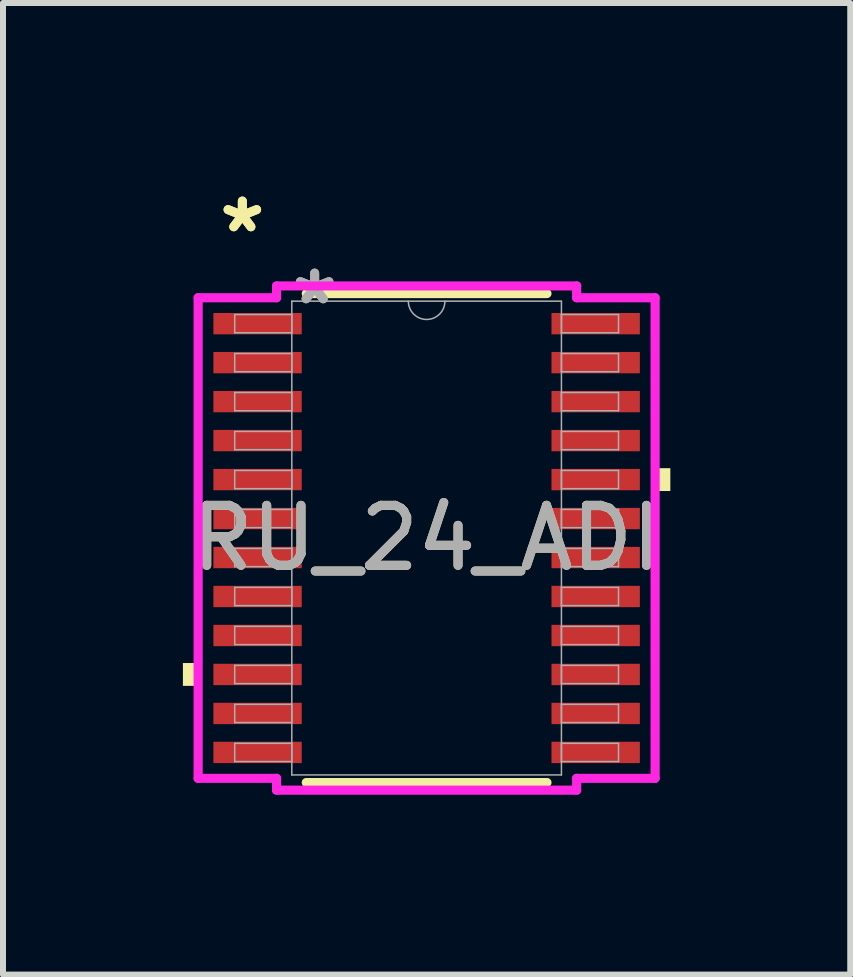
<source format=kicad_pcb>
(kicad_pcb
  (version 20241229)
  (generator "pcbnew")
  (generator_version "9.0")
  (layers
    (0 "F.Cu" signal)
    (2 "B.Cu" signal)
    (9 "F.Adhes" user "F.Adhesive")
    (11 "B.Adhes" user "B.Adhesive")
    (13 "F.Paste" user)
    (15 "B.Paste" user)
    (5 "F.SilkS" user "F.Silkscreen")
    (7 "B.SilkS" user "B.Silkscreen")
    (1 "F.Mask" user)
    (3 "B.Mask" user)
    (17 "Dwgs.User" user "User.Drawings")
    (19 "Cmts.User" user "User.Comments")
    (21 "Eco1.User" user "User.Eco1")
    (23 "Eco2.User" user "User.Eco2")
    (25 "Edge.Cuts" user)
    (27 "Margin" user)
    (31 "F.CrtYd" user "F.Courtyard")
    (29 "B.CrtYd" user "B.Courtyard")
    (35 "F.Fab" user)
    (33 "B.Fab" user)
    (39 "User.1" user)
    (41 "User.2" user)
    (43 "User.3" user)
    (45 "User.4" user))
  (footprint "RU_24_ADI"
    (layer "F.Cu")
    (at 4.064 5.922)
    (property "Reference" "RU_24_ADI" (at 0 0 0) (unlocked yes) (layer "F.SilkS") (effects (font (size 1 1) (thickness 0.15))))
    (attr smd)
    (fp_line (start -2.007 4.077) (end 2.007 4.077) (stroke (width 0.152) (type solid)) (layer "F.SilkS"))
    (fp_line (start 2.007 -4.077) (end -2.007 -4.077) (stroke (width 0.152) (type solid)) (layer "F.SilkS"))
    (fp_poly (pts (xy -4.064 2.084) (xy -4.064 2.465) (xy -3.81 2.465) (xy -3.81 2.084)) (stroke (width 0) (type solid)) (fill yes) (layer "F.SilkS"))
    (fp_poly (pts (xy 4.064 -1.165) (xy 4.064 -0.784) (xy 3.81 -0.784) (xy 3.81 -1.165)) (stroke (width 0) (type solid)) (fill yes) (layer "F.SilkS"))
    (fp_line (start -3.81 -4.007) (end -2.502 -4.007) (stroke (width 0.152) (type solid)) (layer "F.CrtYd"))
    (fp_line (start -3.81 4.007) (end -3.81 -4.007) (stroke (width 0.152) (type solid)) (layer "F.CrtYd"))
    (fp_line (start -3.81 4.007) (end -2.502 4.007) (stroke (width 0.152) (type solid)) (layer "F.CrtYd"))
    (fp_line (start -2.502 -4.204) (end 2.502 -4.204) (stroke (width 0.152) (type solid)) (layer "F.CrtYd"))
    (fp_line (start -2.502 -4.007) (end -2.502 -4.204) (stroke (width 0.152) (type solid)) (layer "F.CrtYd"))
    (fp_line (start -2.502 4.204) (end -2.502 4.007) (stroke (width 0.152) (type solid)) (layer "F.CrtYd"))
    (fp_line (start 2.502 -4.204) (end 2.502 -4.007) (stroke (width 0.152) (type solid)) (layer "F.CrtYd"))
    (fp_line (start 2.502 4.007) (end 2.502 4.204) (stroke (width 0.152) (type solid)) (layer "F.CrtYd"))
    (fp_line (start 2.502 4.204) (end -2.502 4.204) (stroke (width 0.152) (type solid)) (layer "F.CrtYd"))
    (fp_line (start 3.81 -4.007) (end 2.502 -4.007) (stroke (width 0.152) (type solid)) (layer "F.CrtYd"))
    (fp_line (start 3.81 -4.007) (end 3.81 4.007) (stroke (width 0.152) (type solid)) (layer "F.CrtYd"))
    (fp_line (start 3.81 4.007) (end 2.502 4.007) (stroke (width 0.152) (type solid)) (layer "F.CrtYd"))
    (fp_line (start -3.2 -3.727) (end -3.2 -3.423) (stroke (width 0.025) (type solid)) (layer "F.Fab"))
    (fp_line (start -3.2 -3.423) (end -2.248 -3.423) (stroke (width 0.025) (type solid)) (layer "F.Fab"))
    (fp_line (start -3.2 -3.077) (end -3.2 -2.773) (stroke (width 0.025) (type solid)) (layer "F.Fab"))
    (fp_line (start -3.2 -2.773) (end -2.248 -2.773) (stroke (width 0.025) (type solid)) (layer "F.Fab"))
    (fp_line (start -3.2 -2.427) (end -3.2 -2.123) (stroke (width 0.025) (type solid)) (layer "F.Fab"))
    (fp_line (start -3.2 -2.123) (end -2.248 -2.123) (stroke (width 0.025) (type solid)) (layer "F.Fab"))
    (fp_line (start -3.2 -1.777) (end -3.2 -1.473) (stroke (width 0.025) (type solid)) (layer "F.Fab"))
    (fp_line (start -3.2 -1.473) (end -2.248 -1.473) (stroke (width 0.025) (type solid)) (layer "F.Fab"))
    (fp_line (start -3.2 -1.127) (end -3.2 -0.823) (stroke (width 0.025) (type solid)) (layer "F.Fab"))
    (fp_line (start -3.2 -0.823) (end -2.248 -0.823) (stroke (width 0.025) (type solid)) (layer "F.Fab"))
    (fp_line (start -3.2 -0.477) (end -3.2 -0.173) (stroke (width 0.025) (type solid)) (layer "F.Fab"))
    (fp_line (start -3.2 -0.173) (end -2.248 -0.173) (stroke (width 0.025) (type solid)) (layer "F.Fab"))
    (fp_line (start -3.2 0.173) (end -3.2 0.477) (stroke (width 0.025) (type solid)) (layer "F.Fab"))
    (fp_line (start -3.2 0.477) (end -2.248 0.477) (stroke (width 0.025) (type solid)) (layer "F.Fab"))
    (fp_line (start -3.2 0.823) (end -3.2 1.127) (stroke (width 0.025) (type solid)) (layer "F.Fab"))
    (fp_line (start -3.2 1.127) (end -2.248 1.127) (stroke (width 0.025) (type solid)) (layer "F.Fab"))
    (fp_line (start -3.2 1.473) (end -3.2 1.777) (stroke (width 0.025) (type solid)) (layer "F.Fab"))
    (fp_line (start -3.2 1.777) (end -2.248 1.777) (stroke (width 0.025) (type solid)) (layer "F.Fab"))
    (fp_line (start -3.2 2.123) (end -3.2 2.427) (stroke (width 0.025) (type solid)) (layer "F.Fab"))
    (fp_line (start -3.2 2.427) (end -2.248 2.427) (stroke (width 0.025) (type solid)) (layer "F.Fab"))
    (fp_line (start -3.2 2.773) (end -3.2 3.077) (stroke (width 0.025) (type solid)) (layer "F.Fab"))
    (fp_line (start -3.2 3.077) (end -2.248 3.077) (stroke (width 0.025) (type solid)) (layer "F.Fab"))
    (fp_line (start -3.2 3.423) (end -3.2 3.727) (stroke (width 0.025) (type solid)) (layer "F.Fab"))
    (fp_line (start -3.2 3.727) (end -2.248 3.727) (stroke (width 0.025) (type solid)) (layer "F.Fab"))
    (fp_line (start -2.248 -3.95) (end -2.248 3.95) (stroke (width 0.025) (type solid)) (layer "F.Fab"))
    (fp_line (start -2.248 -3.727) (end -3.2 -3.727) (stroke (width 0.025) (type solid)) (layer "F.Fab"))
    (fp_line (start -2.248 -3.423) (end -2.248 -3.727) (stroke (width 0.025) (type solid)) (layer "F.Fab"))
    (fp_line (start -2.248 -3.077) (end -3.2 -3.077) (stroke (width 0.025) (type solid)) (layer "F.Fab"))
    (fp_line (start -2.248 -2.773) (end -2.248 -3.077) (stroke (width 0.025) (type solid)) (layer "F.Fab"))
    (fp_line (start -2.248 -2.427) (end -3.2 -2.427) (stroke (width 0.025) (type solid)) (layer "F.Fab"))
    (fp_line (start -2.248 -2.123) (end -2.248 -2.427) (stroke (width 0.025) (type solid)) (layer "F.Fab"))
    (fp_line (start -2.248 -1.777) (end -3.2 -1.777) (stroke (width 0.025) (type solid)) (layer "F.Fab"))
    (fp_line (start -2.248 -1.473) (end -2.248 -1.777) (stroke (width 0.025) (type solid)) (layer "F.Fab"))
    (fp_line (start -2.248 -1.127) (end -3.2 -1.127) (stroke (width 0.025) (type solid)) (layer "F.Fab"))
    (fp_line (start -2.248 -0.823) (end -2.248 -1.127) (stroke (width 0.025) (type solid)) (layer "F.Fab"))
    (fp_line (start -2.248 -0.477) (end -3.2 -0.477) (stroke (width 0.025) (type solid)) (layer "F.Fab"))
    (fp_line (start -2.248 -0.173) (end -2.248 -0.477) (stroke (width 0.025) (type solid)) (layer "F.Fab"))
    (fp_line (start -2.248 0.173) (end -3.2 0.173) (stroke (width 0.025) (type solid)) (layer "F.Fab"))
    (fp_line (start -2.248 0.477) (end -2.248 0.173) (stroke (width 0.025) (type solid)) (layer "F.Fab"))
    (fp_line (start -2.248 0.823) (end -3.2 0.823) (stroke (width 0.025) (type solid)) (layer "F.Fab"))
    (fp_line (start -2.248 1.127) (end -2.248 0.823) (stroke (width 0.025) (type solid)) (layer "F.Fab"))
    (fp_line (start -2.248 1.473) (end -3.2 1.473) (stroke (width 0.025) (type solid)) (layer "F.Fab"))
    (fp_line (start -2.248 1.777) (end -2.248 1.473) (stroke (width 0.025) (type solid)) (layer "F.Fab"))
    (fp_line (start -2.248 2.123) (end -3.2 2.123) (stroke (width 0.025) (type solid)) (layer "F.Fab"))
    (fp_line (start -2.248 2.427) (end -2.248 2.123) (stroke (width 0.025) (type solid)) (layer "F.Fab"))
    (fp_line (start -2.248 2.773) (end -3.2 2.773) (stroke (width 0.025) (type solid)) (layer "F.Fab"))
    (fp_line (start -2.248 3.077) (end -2.248 2.773) (stroke (width 0.025) (type solid)) (layer "F.Fab"))
    (fp_line (start -2.248 3.423) (end -3.2 3.423) (stroke (width 0.025) (type solid)) (layer "F.Fab"))
    (fp_line (start -2.248 3.727) (end -2.248 3.423) (stroke (width 0.025) (type solid)) (layer "F.Fab"))
    (fp_line (start -2.248 3.95) (end 2.248 3.95) (stroke (width 0.025) (type solid)) (layer "F.Fab"))
    (fp_line (start 2.248 -3.95) (end -2.248 -3.95) (stroke (width 0.025) (type solid)) (layer "F.Fab"))
    (fp_line (start 2.248 -3.727) (end 2.248 -3.423) (stroke (width 0.025) (type solid)) (layer "F.Fab"))
    (fp_line (start 2.248 -3.423) (end 3.2 -3.423) (stroke (width 0.025) (type solid)) (layer "F.Fab"))
    (fp_line (start 2.248 -3.077) (end 2.248 -2.773) (stroke (width 0.025) (type solid)) (layer "F.Fab"))
    (fp_line (start 2.248 -2.773) (end 3.2 -2.773) (stroke (width 0.025) (type solid)) (layer "F.Fab"))
    (fp_line (start 2.248 -2.427) (end 2.248 -2.123) (stroke (width 0.025) (type solid)) (layer "F.Fab"))
    (fp_line (start 2.248 -2.123) (end 3.2 -2.123) (stroke (width 0.025) (type solid)) (layer "F.Fab"))
    (fp_line (start 2.248 -1.777) (end 2.248 -1.473) (stroke (width 0.025) (type solid)) (layer "F.Fab"))
    (fp_line (start 2.248 -1.473) (end 3.2 -1.473) (stroke (width 0.025) (type solid)) (layer "F.Fab"))
    (fp_line (start 2.248 -1.127) (end 2.248 -0.823) (stroke (width 0.025) (type solid)) (layer "F.Fab"))
    (fp_line (start 2.248 -0.823) (end 3.2 -0.823) (stroke (width 0.025) (type solid)) (layer "F.Fab"))
    (fp_line (start 2.248 -0.477) (end 2.248 -0.173) (stroke (width 0.025) (type solid)) (layer "F.Fab"))
    (fp_line (start 2.248 -0.173) (end 3.2 -0.173) (stroke (width 0.025) (type solid)) (layer "F.Fab"))
    (fp_line (start 2.248 0.173) (end 2.248 0.477) (stroke (width 0.025) (type solid)) (layer "F.Fab"))
    (fp_line (start 2.248 0.477) (end 3.2 0.477) (stroke (width 0.025) (type solid)) (layer "F.Fab"))
    (fp_line (start 2.248 0.823) (end 2.248 1.127) (stroke (width 0.025) (type solid)) (layer "F.Fab"))
    (fp_line (start 2.248 1.127) (end 3.2 1.127) (stroke (width 0.025) (type solid)) (layer "F.Fab"))
    (fp_line (start 2.248 1.473) (end 2.248 1.777) (stroke (width 0.025) (type solid)) (layer "F.Fab"))
    (fp_line (start 2.248 1.777) (end 3.2 1.777) (stroke (width 0.025) (type solid)) (layer "F.Fab"))
    (fp_line (start 2.248 2.123) (end 2.248 2.427) (stroke (width 0.025) (type solid)) (layer "F.Fab"))
    (fp_line (start 2.248 2.427) (end 3.2 2.427) (stroke (width 0.025) (type solid)) (layer "F.Fab"))
    (fp_line (start 2.248 2.773) (end 2.248 3.077) (stroke (width 0.025) (type solid)) (layer "F.Fab"))
    (fp_line (start 2.248 3.077) (end 3.2 3.077) (stroke (width 0.025) (type solid)) (layer "F.Fab"))
    (fp_line (start 2.248 3.423) (end 2.248 3.727) (stroke (width 0.025) (type solid)) (layer "F.Fab"))
    (fp_line (start 2.248 3.727) (end 3.2 3.727) (stroke (width 0.025) (type solid)) (layer "F.Fab"))
    (fp_line (start 2.248 3.95) (end 2.248 -3.95) (stroke (width 0.025) (type solid)) (layer "F.Fab"))
    (fp_line (start 3.2 -3.727) (end 2.248 -3.727) (stroke (width 0.025) (type solid)) (layer "F.Fab"))
    (fp_line (start 3.2 -3.423) (end 3.2 -3.727) (stroke (width 0.025) (type solid)) (layer "F.Fab"))
    (fp_line (start 3.2 -3.077) (end 2.248 -3.077) (stroke (width 0.025) (type solid)) (layer "F.Fab"))
    (fp_line (start 3.2 -2.773) (end 3.2 -3.077) (stroke (width 0.025) (type solid)) (layer "F.Fab"))
    (fp_line (start 3.2 -2.427) (end 2.248 -2.427) (stroke (width 0.025) (type solid)) (layer "F.Fab"))
    (fp_line (start 3.2 -2.123) (end 3.2 -2.427) (stroke (width 0.025) (type solid)) (layer "F.Fab"))
    (fp_line (start 3.2 -1.777) (end 2.248 -1.777) (stroke (width 0.025) (type solid)) (layer "F.Fab"))
    (fp_line (start 3.2 -1.473) (end 3.2 -1.777) (stroke (width 0.025) (type solid)) (layer "F.Fab"))
    (fp_line (start 3.2 -1.127) (end 2.248 -1.127) (stroke (width 0.025) (type solid)) (layer "F.Fab"))
    (fp_line (start 3.2 -0.823) (end 3.2 -1.127) (stroke (width 0.025) (type solid)) (layer "F.Fab"))
    (fp_line (start 3.2 -0.477) (end 2.248 -0.477) (stroke (width 0.025) (type solid)) (layer "F.Fab"))
    (fp_line (start 3.2 -0.173) (end 3.2 -0.477) (stroke (width 0.025) (type solid)) (layer "F.Fab"))
    (fp_line (start 3.2 0.173) (end 2.248 0.173) (stroke (width 0.025) (type solid)) (layer "F.Fab"))
    (fp_line (start 3.2 0.477) (end 3.2 0.173) (stroke (width 0.025) (type solid)) (layer "F.Fab"))
    (fp_line (start 3.2 0.823) (end 2.248 0.823) (stroke (width 0.025) (type solid)) (layer "F.Fab"))
    (fp_line (start 3.2 1.127) (end 3.2 0.823) (stroke (width 0.025) (type solid)) (layer "F.Fab"))
    (fp_line (start 3.2 1.473) (end 2.248 1.473) (stroke (width 0.025) (type solid)) (layer "F.Fab"))
    (fp_line (start 3.2 1.777) (end 3.2 1.473) (stroke (width 0.025) (type solid)) (layer "F.Fab"))
    (fp_line (start 3.2 2.123) (end 2.248 2.123) (stroke (width 0.025) (type solid)) (layer "F.Fab"))
    (fp_line (start 3.2 2.427) (end 3.2 2.123) (stroke (width 0.025) (type solid)) (layer "F.Fab"))
    (fp_line (start 3.2 2.773) (end 2.248 2.773) (stroke (width 0.025) (type solid)) (layer "F.Fab"))
    (fp_line (start 3.2 3.077) (end 3.2 2.773) (stroke (width 0.025) (type solid)) (layer "F.Fab"))
    (fp_line (start 3.2 3.423) (end 2.248 3.423) (stroke (width 0.025) (type solid)) (layer "F.Fab"))
    (fp_line (start 3.2 3.727) (end 3.2 3.423) (stroke (width 0.025) (type solid)) (layer "F.Fab"))
    (fp_arc (start 0.3048 -3.9497) (mid 0 -3.6449) (end -0.3048 -3.9497) (stroke (width 0.0254) (type solid)) (layer "F.Fab"))
    (fp_text user "*" (at -3.073 -5.074 0) (unlocked yes) (layer "F.SilkS") (effects (font (size 1 1) (thickness 0.15))))
    (fp_text user "*" (at -3.073 -5.074 0) (layer "F.SilkS") (effects (font (size 1 1) (thickness 0.15))))
    (fp_text user "*" (at -1.867 -3.873 0) (unlocked yes) (layer "F.Fab") (effects (font (size 1 1) (thickness 0.15))))
    (fp_text user "${REFERENCE}" (at 0 0 0) (unlocked yes) (layer "F.Fab") (effects (font (size 1 1) (thickness 0.15))))
    (fp_text user "*" (at -1.867 -3.873 0) (layer "F.Fab") (effects (font (size 1 1) (thickness 0.15))))
    (pad "1" smd rect (at -2.819 -3.575) (size 1.473 0.356) (layers "F.Cu" "F.Mask" "F.Paste"))
    (pad "2" smd rect (at -2.819 -2.925) (size 1.473 0.356) (layers "F.Cu" "F.Mask" "F.Paste"))
    (pad "3" smd rect (at -2.819 -2.275) (size 1.473 0.356) (layers "F.Cu" "F.Mask" "F.Paste"))
    (pad "4" smd rect (at -2.819 -1.625) (size 1.473 0.356) (layers "F.Cu" "F.Mask" "F.Paste"))
    (pad "5" smd rect (at -2.819 -0.975) (size 1.473 0.356) (layers "F.Cu" "F.Mask" "F.Paste"))
    (pad "6" smd rect (at -2.819 -0.325) (size 1.473 0.356) (layers "F.Cu" "F.Mask" "F.Paste"))
    (pad "7" smd rect (at -2.819 0.325) (size 1.473 0.356) (layers "F.Cu" "F.Mask" "F.Paste"))
    (pad "8" smd rect (at -2.819 0.975) (size 1.473 0.356) (layers "F.Cu" "F.Mask" "F.Paste"))
    (pad "9" smd rect (at -2.819 1.625) (size 1.473 0.356) (layers "F.Cu" "F.Mask" "F.Paste"))
    (pad "10" smd rect (at -2.819 2.275) (size 1.473 0.356) (layers "F.Cu" "F.Mask" "F.Paste"))
    (pad "11" smd rect (at -2.819 2.925) (size 1.473 0.356) (layers "F.Cu" "F.Mask" "F.Paste"))
    (pad "12" smd rect (at -2.819 3.575) (size 1.473 0.356) (layers "F.Cu" "F.Mask" "F.Paste"))
    (pad "13" smd rect (at 2.819 3.575) (size 1.473 0.356) (layers "F.Cu" "F.Mask" "F.Paste"))
    (pad "14" smd rect (at 2.819 2.925) (size 1.473 0.356) (layers "F.Cu" "F.Mask" "F.Paste"))
    (pad "15" smd rect (at 2.819 2.275) (size 1.473 0.356) (layers "F.Cu" "F.Mask" "F.Paste"))
    (pad "16" smd rect (at 2.819 1.625) (size 1.473 0.356) (layers "F.Cu" "F.Mask" "F.Paste"))
    (pad "17" smd rect (at 2.819 0.975) (size 1.473 0.356) (layers "F.Cu" "F.Mask" "F.Paste"))
    (pad "18" smd rect (at 2.819 0.325) (size 1.473 0.356) (layers "F.Cu" "F.Mask" "F.Paste"))
    (pad "19" smd rect (at 2.819 -0.325) (size 1.473 0.356) (layers "F.Cu" "F.Mask" "F.Paste"))
    (pad "20" smd rect (at 2.819 -0.975) (size 1.473 0.356) (layers "F.Cu" "F.Mask" "F.Paste"))
    (pad "21" smd rect (at 2.819 -1.625) (size 1.473 0.356) (layers "F.Cu" "F.Mask" "F.Paste"))
    (pad "22" smd rect (at 2.819 -2.275) (size 1.473 0.356) (layers "F.Cu" "F.Mask" "F.Paste"))
    (pad "23" smd rect (at 2.819 -2.925) (size 1.473 0.356) (layers "F.Cu" "F.Mask" "F.Paste"))
    (pad "24" smd rect (at 2.819 -3.575) (size 1.473 0.356) (layers "F.Cu" "F.Mask" "F.Paste")))
  (gr_rect
    (start -3 -3)
    (end 11.128 13.202)
    (stroke (width 0.1) (type default))
    (fill no)
    (layer "Edge.Cuts")))
</source>
